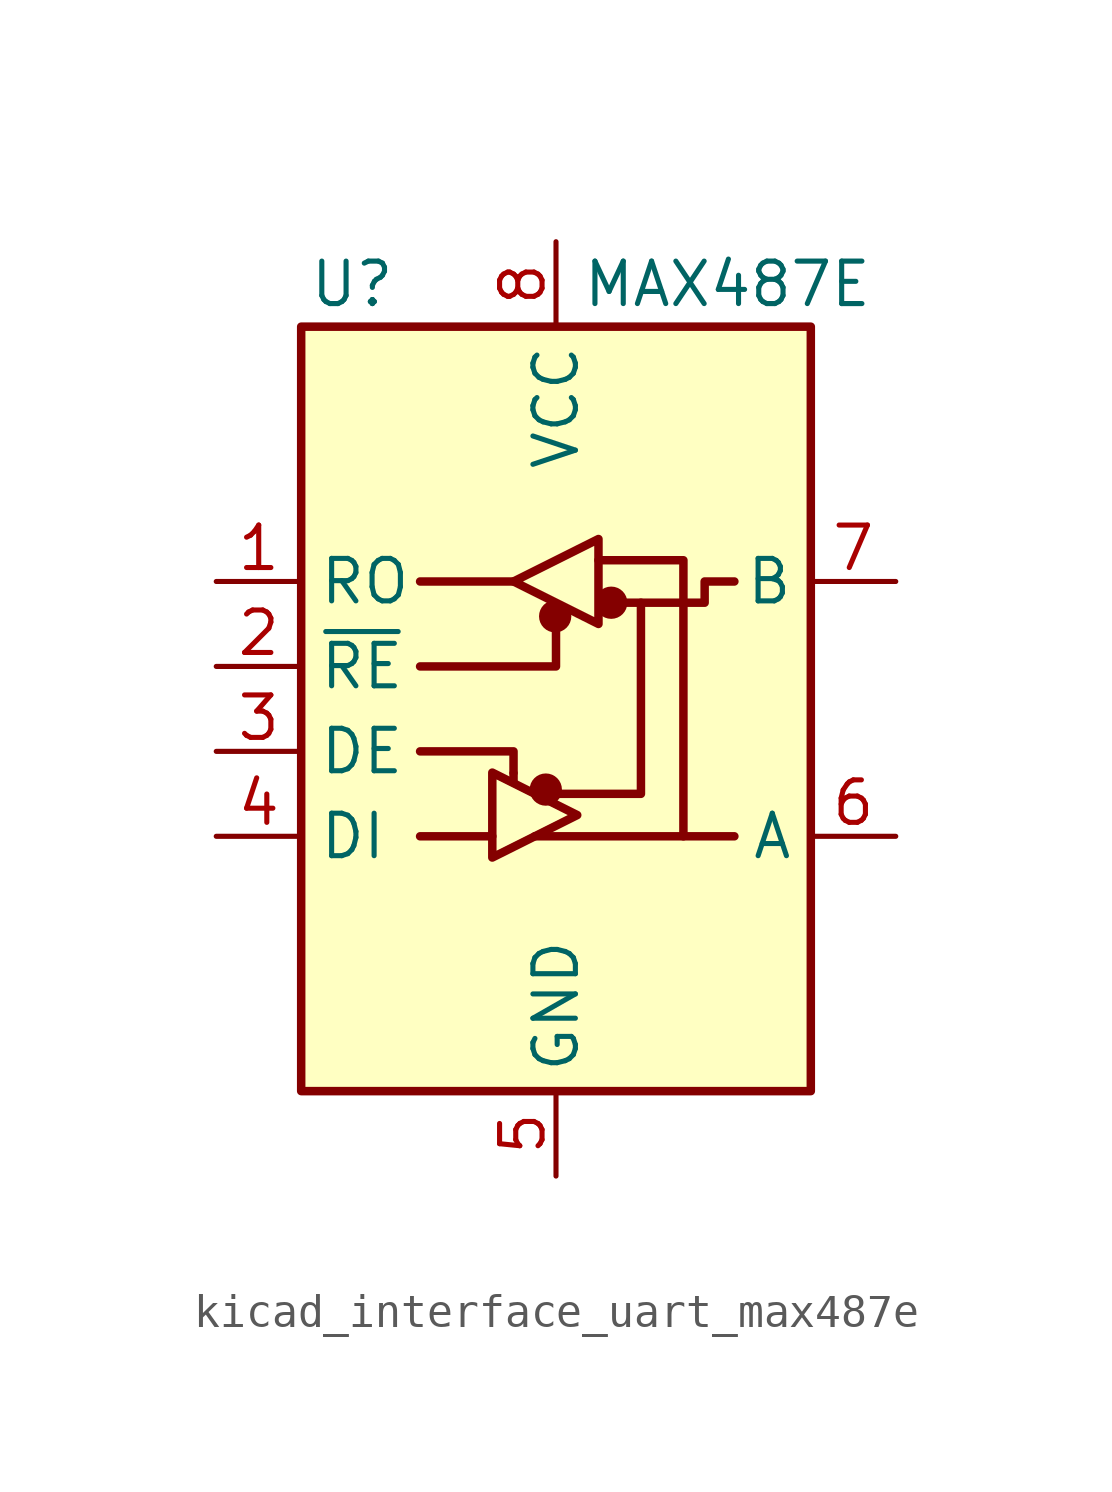
<source format=kicad_sym>
(kicad_symbol_lib
  (version 20220914)
  (generator kicad_symbol_editor)
  (symbol "kicad_interface_uart_max487e"
    (property "Reference" "U"
      (at -6.096 11.43 0)
      (effects (font (size 1.27 1.27))))
    (property "Value" "MAX487E"
      (at 0.762 11.43 0)
      (effects (font (size 1.27 1.27)) (justify left)))
    (symbol "kicad_interface_uart_max487e_0_1"
      (rectangle (start -7.62 10.16) (end 7.62 -12.7) (stroke (width 0.254) (type default)) (fill (type background)))
      (circle (center -0.305 -3.683) (radius 0.356) (stroke (width 0.254) (type default)) (fill (type outline)))
      (circle (center -0.025 1.499) (radius 0.356) (stroke (width 0.254) (type default)) (fill (type outline)))
      (polyline (pts (xy -4.064 -5.08) (xy -1.905 -5.08)) (stroke (width 0.254) (type default)) (fill (type none)))
      (polyline (pts (xy -4.064 2.54) (xy -1.27 2.54)) (stroke (width 0.254) (type default)) (fill (type none)))
      (polyline (pts (xy -1.27 -3.2) (xy -1.27 -3.454)) (stroke (width 0.254) (type default)) (fill (type none)))
      (polyline (pts (xy -0.635 -5.08) (xy 5.334 -5.08)) (stroke (width 0.254) (type default)) (fill (type none)))
      (polyline (pts (xy -4.064 -2.54) (xy -1.27 -2.54) (xy -1.27 -3.175)) (stroke (width 0.254) (type default)) (fill (type none)))
      (polyline (pts (xy 0 1.27) (xy 0 0) (xy -4.064 0)) (stroke (width 0.254) (type default)) (fill (type none)))
      (polyline (pts (xy 1.27 3.175) (xy 3.81 3.175) (xy 3.81 -5.08)) (stroke (width 0.254) (type default)) (fill (type none)))
      (polyline (pts (xy 2.54 1.905) (xy 2.54 -3.81) (xy 0 -3.81)) (stroke (width 0.254) (type default)) (fill (type none)))
      (polyline (pts (xy -1.905 -3.175) (xy -1.905 -5.715) (xy 0.635 -4.445) (xy -1.905 -3.175)) (stroke (width 0.254) (type default)) (fill (type none)))
      (polyline (pts (xy -1.27 2.54) (xy 1.27 3.81) (xy 1.27 1.27) (xy -1.27 2.54)) (stroke (width 0.254) (type default)) (fill (type none)))
      (polyline (pts (xy 1.905 1.905) (xy 4.445 1.905) (xy 4.445 2.54) (xy 5.334 2.54)) (stroke (width 0.254) (type default)) (fill (type none)))
      (rectangle (start 1.27 3.175) (end 1.27 3.175) (stroke (width 0) (type default)) (fill (type none)))
      (circle (center 1.651 1.905) (radius 0.356) (stroke (width 0.254) (type default)) (fill (type outline))))
    (symbol "kicad_interface_uart_max487e_1_1"
      (pin output line (at -10.16 2.54 0) (length 2.54) (name "RO" (effects (font (size 1.27 1.27)))) (number "1" (effects (font (size 1.27 1.27)))))
      (pin input line (at -10.16 0 0) (length 2.54) (name "~{RE}" (effects (font (size 1.27 1.27)))) (number "2" (effects (font (size 1.27 1.27)))))
      (pin input line (at -10.16 -2.54 0) (length 2.54) (name "DE" (effects (font (size 1.27 1.27)))) (number "3" (effects (font (size 1.27 1.27)))))
      (pin input line (at -10.16 -5.08 0) (length 2.54) (name "DI" (effects (font (size 1.27 1.27)))) (number "4" (effects (font (size 1.27 1.27)))))
      (pin power_in line (at 0 -15.24 90) (length 2.54) (name "GND" (effects (font (size 1.27 1.27)))) (number "5" (effects (font (size 1.27 1.27)))))
      (pin bidirectional line (at 10.16 -5.08 180) (length 2.54) (name "A" (effects (font (size 1.27 1.27)))) (number "6" (effects (font (size 1.27 1.27)))))
      (pin bidirectional line (at 10.16 2.54 180) (length 2.54) (name "B" (effects (font (size 1.27 1.27)))) (number "7" (effects (font (size 1.27 1.27)))))
      (pin power_in line (at 0 12.7 270) (length 2.54) (name "VCC" (effects (font (size 1.27 1.27)))) (number "8" (effects (font (size 1.27 1.27))))))))
</source>
